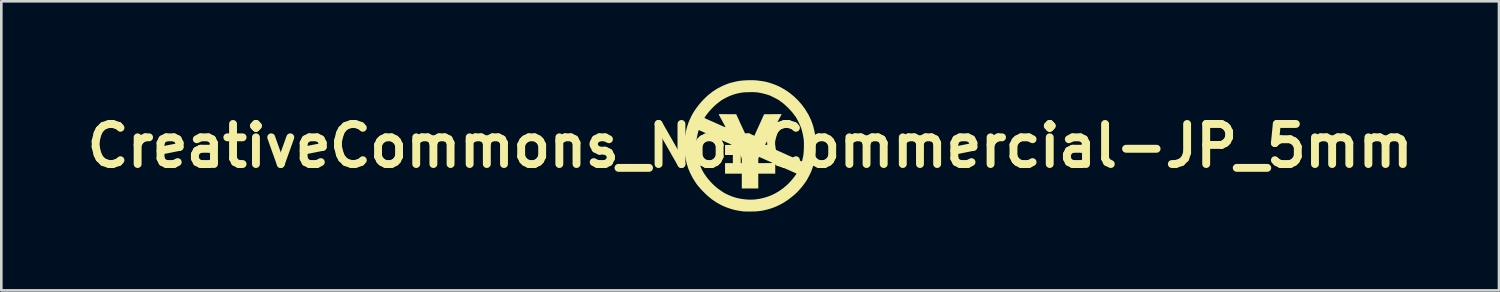
<source format=kicad_pcb>
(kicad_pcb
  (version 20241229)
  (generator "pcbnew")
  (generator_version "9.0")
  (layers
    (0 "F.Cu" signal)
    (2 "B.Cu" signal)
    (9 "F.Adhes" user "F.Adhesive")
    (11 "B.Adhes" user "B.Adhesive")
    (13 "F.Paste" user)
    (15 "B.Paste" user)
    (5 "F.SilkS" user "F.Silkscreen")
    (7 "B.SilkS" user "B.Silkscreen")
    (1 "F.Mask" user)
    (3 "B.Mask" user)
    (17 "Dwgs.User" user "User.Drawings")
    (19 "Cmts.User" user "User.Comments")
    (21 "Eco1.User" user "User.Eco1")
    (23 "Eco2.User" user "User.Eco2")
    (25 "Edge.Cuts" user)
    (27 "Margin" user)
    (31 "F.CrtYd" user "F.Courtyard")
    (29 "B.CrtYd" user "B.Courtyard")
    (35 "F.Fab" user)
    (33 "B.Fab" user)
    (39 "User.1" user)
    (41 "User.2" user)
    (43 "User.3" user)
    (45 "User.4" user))
  (footprint "CreativeCommons_NonCommercial-JP_5mm"
    (layer "F.Cu")
    (at 25.48 2.499)
    (property "Reference" "CreativeCommons_NonCommercial-JP_5mm" (at 0 0 0) (layer "F.SilkS") (effects (font (size 1.524 1.524) (thickness 0.3))))
    (attr board_only exclude_from_pos_files exclude_from_bom)
    (fp_poly (pts (xy 0.101 -2.499) (xy 0.166 -2.497) (xy 0.228 -2.492) (xy 0.294 -2.486) (xy 0.368 -2.476) (xy 0.427 -2.468) (xy 0.5 -2.456) (xy 0.565 -2.444) (xy 0.627 -2.431) (xy 0.691 -2.413) (xy 0.765 -2.391) (xy 0.795 -2.382) (xy 0.968 -2.32) (xy 1.135 -2.244) (xy 1.298 -2.153) (xy 1.459 -2.047) (xy 1.515 -2.005) (xy 1.677 -1.872) (xy 1.828 -1.725) (xy 1.967 -1.565) (xy 2.092 -1.394) (xy 2.203 -1.212) (xy 2.21 -1.201) (xy 2.229 -1.165) (xy 2.25 -1.122) (xy 2.272 -1.076) (xy 2.294 -1.03) (xy 2.314 -0.986) (xy 2.33 -0.949) (xy 2.341 -0.921) (xy 2.345 -0.906) (xy 2.345 -0.906) (xy 2.349 -0.893) (xy 2.357 -0.869) (xy 2.368 -0.839) (xy 2.382 -0.803) (xy 2.394 -0.766) (xy 2.4 -0.743) (xy 2.406 -0.717) (xy 2.415 -0.68) (xy 2.426 -0.637) (xy 2.431 -0.618) (xy 2.44 -0.577) (xy 2.451 -0.524) (xy 2.462 -0.465) (xy 2.472 -0.406) (xy 2.474 -0.391) (xy 2.481 -0.345) (xy 2.486 -0.302) (xy 2.49 -0.26) (xy 2.492 -0.215) (xy 2.494 -0.164) (xy 2.495 -0.103) (xy 2.495 -0.028) (xy 2.495 0.005) (xy 2.495 0.083) (xy 2.495 0.146) (xy 2.493 0.198) (xy 2.491 0.243) (xy 2.488 0.284) (xy 2.484 0.324) (xy 2.478 0.366) (xy 2.471 0.416) (xy 2.47 0.418) (xy 2.461 0.475) (xy 2.451 0.532) (xy 2.441 0.582) (xy 2.432 0.622) (xy 2.427 0.641) (xy 2.416 0.679) (xy 2.407 0.715) (xy 2.401 0.741) (xy 2.393 0.77) (xy 2.38 0.811) (xy 2.364 0.858) (xy 2.346 0.908) (xy 2.329 0.954) (xy 2.316 0.986) (xy 2.298 1.026) (xy 2.273 1.076) (xy 2.246 1.132) (xy 2.216 1.188) (xy 2.188 1.24) (xy 2.164 1.285) (xy 2.15 1.308) (xy 2.092 1.394) (xy 2.025 1.485) (xy 1.953 1.577) (xy 1.877 1.664) (xy 1.803 1.745) (xy 1.733 1.813) (xy 1.726 1.819) (xy 1.68 1.86) (xy 1.626 1.905) (xy 1.568 1.952) (xy 1.51 1.997) (xy 1.456 2.037) (xy 1.41 2.071) (xy 1.386 2.087) (xy 1.349 2.111) (xy 1.308 2.137) (xy 1.282 2.154) (xy 1.251 2.172) (xy 1.208 2.196) (xy 1.156 2.223) (xy 1.1 2.251) (xy 1.042 2.279) (xy 0.987 2.305) (xy 0.977 2.309) (xy 0.909 2.337) (xy 0.828 2.366) (xy 0.74 2.394) (xy 0.649 2.42) (xy 0.564 2.441) (xy 0.484 2.458) (xy 0.409 2.471) (xy 0.335 2.481) (xy 0.258 2.488) (xy 0.173 2.493) (xy 0.076 2.495) (xy 0.032 2.496) (xy -0.036 2.496) (xy -0.1 2.496) (xy -0.159 2.495) (xy -0.209 2.494) (xy -0.246 2.492) (xy -0.264 2.491) (xy -0.354 2.478) (xy -0.43 2.466) (xy -0.495 2.455) (xy -0.552 2.443) (xy -0.605 2.431) (xy -0.627 2.425) (xy -0.753 2.389) (xy -0.876 2.347) (xy -0.99 2.302) (xy -1.093 2.253) (xy -1.132 2.233) (xy -1.166 2.214) (xy -1.198 2.197) (xy -1.221 2.185) (xy -1.223 2.184) (xy -1.246 2.171) (xy -1.278 2.151) (xy -1.317 2.125) (xy -1.36 2.097) (xy -1.403 2.068) (xy -1.443 2.04) (xy -1.477 2.016) (xy -1.501 1.997) (xy -1.514 1.986) (xy -1.525 1.976) (xy -1.546 1.957) (xy -1.574 1.935) (xy -1.582 1.928) (xy -1.621 1.895) (xy -1.668 1.852) (xy -1.72 1.802) (xy -1.774 1.748) (xy -1.827 1.695) (xy -1.874 1.644) (xy -1.912 1.601) (xy -1.917 1.595) (xy -1.943 1.564) (xy -1.966 1.538) (xy -1.982 1.52) (xy -1.987 1.514) (xy -1.996 1.503) (xy -2.013 1.481) (xy -2.036 1.449) (xy -2.062 1.412) (xy -2.072 1.398) (xy -2.183 1.222) (xy -2.278 1.041) (xy -2.356 0.855) (xy -2.416 0.663) (xy -2.46 0.464) (xy -2.488 0.258) (xy -2.498 0.074) (xy -2.041 0.074) (xy -2.04 0.133) (xy -2.04 0.181) (xy -2.038 0.219) (xy -2.036 0.252) (xy -2.032 0.282) (xy -2.027 0.314) (xy -2.02 0.349) (xy -2.011 0.391) (xy -2.011 0.391) (xy -1.965 0.573) (xy -1.906 0.744) (xy -1.833 0.906) (xy -1.746 1.059) (xy -1.642 1.206) (xy -1.522 1.348) (xy -1.442 1.433) (xy -1.376 1.496) (xy -1.313 1.554) (xy -1.248 1.607) (xy -1.177 1.66) (xy -1.098 1.715) (xy -1.013 1.77) (xy -0.952 1.806) (xy -0.878 1.843) (xy -0.795 1.88) (xy -0.708 1.915) (xy -0.623 1.946) (xy -0.485 1.985) (xy -0.339 2.014) (xy -0.189 2.034) (xy -0.04 2.044) (xy 0.102 2.043) (xy 0.195 2.036) (xy 0.392 2.006) (xy 0.58 1.959) (xy 0.76 1.897) (xy 0.933 1.817) (xy 1.098 1.721) (xy 1.257 1.609) (xy 1.409 1.479) (xy 1.414 1.475) (xy 1.45 1.439) (xy 1.493 1.395) (xy 1.537 1.347) (xy 1.581 1.298) (xy 1.62 1.252) (xy 1.651 1.214) (xy 1.662 1.2) (xy 1.687 1.165) (xy 1.711 1.133) (xy 1.729 1.108) (xy 1.736 1.099) (xy 1.753 1.075) (xy 1.757 1.058) (xy 1.748 1.046) (xy 1.723 1.033) (xy 1.711 1.028) (xy 1.645 0.999) (xy 1.57 0.966) (xy 1.491 0.929) (xy 1.485 0.926) (xy 1.456 0.913) (xy 1.434 0.904) (xy 1.423 0.9) (xy 1.423 0.9) (xy 1.412 0.896) (xy 1.39 0.887) (xy 1.361 0.874) (xy 1.361 0.874) (xy 1.299 0.845) (xy 1.252 0.824) (xy 1.218 0.808) (xy 1.196 0.798) (xy 1.183 0.793) (xy 1.177 0.791) (xy 1.177 0.791) (xy 1.167 0.787) (xy 1.143 0.777) (xy 1.107 0.761) (xy 1.062 0.741) (xy 1.011 0.717) (xy 1.002 0.713) (xy 0.955 0.691) (xy 0.955 1.055) (xy 0.309 1.055) (xy 0.309 1.618) (xy -0.318 1.618) (xy -0.318 1.055) (xy -0.955 1.055) (xy -0.955 0.655) (xy -0.318 0.655) (xy 0.309 0.655) (xy 0.589 0.654) (xy 0.67 0.654) (xy 0.734 0.653) (xy 0.783 0.652) (xy 0.817 0.651) (xy 0.838 0.649) (xy 0.848 0.646) (xy 0.846 0.644) (xy 0.845 0.643) (xy 0.827 0.635) (xy 0.797 0.621) (xy 0.762 0.605) (xy 0.747 0.598) (xy 0.713 0.583) (xy 0.686 0.571) (xy 0.67 0.565) (xy 0.667 0.564) (xy 0.664 0.563) (xy 0.656 0.56) (xy 0.641 0.553) (xy 0.617 0.542) (xy 0.583 0.527) (xy 0.536 0.505) (xy 0.486 0.482) (xy 0.454 0.468) (xy 0.426 0.456) (xy 0.409 0.45) (xy 0.384 0.439) (xy 0.368 0.431) (xy 0.35 0.42) (xy 0.338 0.423) (xy 0.326 0.44) (xy 0.323 0.445) (xy 0.315 0.469) (xy 0.311 0.505) (xy 0.309 0.557) (xy 0.309 0.563) (xy 0.309 0.655) (xy -0.318 0.655) (xy -0.318 0.564) (xy -0.32 0.507) (xy -0.325 0.467) (xy -0.331 0.448) (xy -0.343 0.423) (xy -0.356 0.393) (xy -0.36 0.384) (xy -0.375 0.345) (xy -0.955 0.345) (xy -0.955 -0.036) (xy -0.825 -0.036) (xy -0.771 -0.037) (xy -0.735 -0.038) (xy -0.716 -0.041) (xy -0.713 -0.047) (xy -0.726 -0.056) (xy -0.754 -0.07) (xy -0.791 -0.086) (xy -0.829 -0.103) (xy -0.869 -0.12) (xy -0.895 -0.132) (xy -0.925 -0.145) (xy -0.965 -0.162) (xy -1.006 -0.18) (xy -1.018 -0.185) (xy -1.058 -0.203) (xy -1.095 -0.22) (xy -1.125 -0.233) (xy -1.132 -0.236) (xy -1.175 -0.256) (xy -1.226 -0.279) (xy -1.277 -0.302) (xy -1.313 -0.318) (xy -1.389 -0.351) (xy -1.481 -0.394) (xy -1.507 -0.406) (xy -1.538 -0.42) (xy -1.563 -0.431) (xy -1.577 -0.436) (xy -1.579 -0.436) (xy -1.589 -0.44) (xy -1.611 -0.449) (xy -1.631 -0.459) (xy -1.659 -0.472) (xy -1.698 -0.489) (xy -1.742 -0.509) (xy -1.773 -0.523) (xy -1.815 -0.542) (xy -1.856 -0.56) (xy -1.889 -0.575) (xy -1.907 -0.583) (xy -1.931 -0.593) (xy -1.949 -0.597) (xy -1.954 -0.596) (xy -1.96 -0.59) (xy -1.966 -0.577) (xy -1.973 -0.555) (xy -1.981 -0.523) (xy -1.992 -0.477) (xy -2.005 -0.417) (xy -2.011 -0.386) (xy -2.02 -0.345) (xy -2.027 -0.311) (xy -2.032 -0.28) (xy -2.035 -0.25) (xy -2.038 -0.216) (xy -2.039 -0.177) (xy -2.04 -0.128) (xy -2.041 -0.068) (xy -2.041 0) (xy -2.041 0.074) (xy -2.498 0.074) (xy -2.499 0.044) (xy -2.5 0) (xy -2.494 -0.185) (xy -2.477 -0.361) (xy -2.448 -0.531) (xy -2.406 -0.699) (xy -2.364 -0.832) (xy -2.346 -0.882) (xy -2.33 -0.925) (xy -2.314 -0.965) (xy -2.295 -1.007) (xy -2.271 -1.057) (xy -2.265 -1.07) (xy -1.736 -1.07) (xy -1.733 -1.064) (xy -1.721 -1.055) (xy -1.701 -1.043) (xy -1.669 -1.028) (xy -1.625 -1.008) (xy -1.567 -0.982) (xy -1.5 -0.953) (xy -1.466 -0.938) (xy -1.431 -0.923) (xy -1.423 -0.919) (xy -1.398 -0.907) (xy -1.362 -0.892) (xy -1.323 -0.874) (xy -1.309 -0.868) (xy -1.27 -0.851) (xy -1.232 -0.834) (xy -1.203 -0.821) (xy -1.195 -0.818) (xy -1.137 -0.791) (xy -1.082 -0.766) (xy -1.033 -0.745) (xy -0.993 -0.728) (xy -0.963 -0.716) (xy -0.947 -0.711) (xy -0.945 -0.711) (xy -0.943 -0.714) (xy -0.944 -0.72) (xy -0.949 -0.733) (xy -0.957 -0.752) (xy -0.971 -0.779) (xy -0.99 -0.816) (xy -1.016 -0.864) (xy -1.048 -0.924) (xy -1.089 -0.999) (xy -1.109 -1.036) (xy -1.132 -1.078) (xy -1.153 -1.118) (xy -1.17 -1.151) (xy -1.18 -1.171) (xy -1.198 -1.209) (xy -0.865 -1.207) (xy -0.532 -1.205) (xy -0.516 -1.173) (xy -0.501 -1.142) (xy -0.484 -1.105) (xy -0.465 -1.065) (xy -0.447 -1.025) (xy -0.43 -0.989) (xy -0.418 -0.961) (xy -0.41 -0.944) (xy -0.409 -0.94) (xy -0.408 -0.937) (xy -0.404 -0.927) (xy -0.396 -0.91) (xy -0.385 -0.885) (xy -0.368 -0.849) (xy -0.345 -0.801) (xy -0.316 -0.739) (xy -0.29 -0.684) (xy -0.242 -0.581) (xy -0.2 -0.49) (xy -0.181 -0.45) (xy -0.166 -0.416) (xy -0.153 -0.387) (xy -0.144 -0.368) (xy -0.143 -0.367) (xy -0.132 -0.356) (xy -0.108 -0.341) (xy -0.075 -0.322) (xy -0.036 -0.301) (xy 0.004 -0.282) (xy 0.042 -0.265) (xy 0.074 -0.253) (xy 0.078 -0.251) (xy 0.085 -0.249) (xy 0.092 -0.25) (xy 0.098 -0.256) (xy 0.107 -0.27) (xy 0.119 -0.293) (xy 0.135 -0.328) (xy 0.157 -0.377) (xy 0.161 -0.386) (xy 0.18 -0.429) (xy 0.203 -0.481) (xy 0.229 -0.538) (xy 0.256 -0.598) (xy 0.282 -0.656) (xy 0.306 -0.709) (xy 0.327 -0.755) (xy 0.343 -0.79) (xy 0.35 -0.805) (xy 0.366 -0.839) (xy 0.384 -0.879) (xy 0.396 -0.905) (xy 0.41 -0.936) (xy 0.428 -0.977) (xy 0.449 -1.024) (xy 0.465 -1.059) (xy 0.483 -1.1) (xy 0.5 -1.138) (xy 0.513 -1.166) (xy 0.521 -1.182) (xy 0.533 -1.205) (xy 1.2 -1.209) (xy 1.163 -1.139) (xy 1.14 -1.097) (xy 1.115 -1.05) (xy 1.089 -1.001) (xy 1.063 -0.954) (xy 1.04 -0.911) (xy 1.021 -0.875) (xy 1.006 -0.849) (xy 1 -0.836) (xy 0.992 -0.824) (xy 0.979 -0.798) (xy 0.959 -0.764) (xy 0.937 -0.723) (xy 0.927 -0.705) (xy 0.904 -0.662) (xy 0.883 -0.624) (xy 0.867 -0.594) (xy 0.857 -0.576) (xy 0.855 -0.573) (xy 0.848 -0.56) (xy 0.834 -0.535) (xy 0.815 -0.5) (xy 0.792 -0.457) (xy 0.776 -0.427) (xy 0.75 -0.379) (xy 0.725 -0.332) (xy 0.703 -0.292) (xy 0.686 -0.261) (xy 0.68 -0.25) (xy 0.662 -0.215) (xy 0.641 -0.175) (xy 0.629 -0.153) (xy 0.613 -0.123) (xy 0.597 -0.095) (xy 0.588 -0.081) (xy 0.578 -0.067) (xy 0.574 -0.056) (xy 0.576 -0.048) (xy 0.586 -0.043) (xy 0.607 -0.039) (xy 0.64 -0.037) (xy 0.688 -0.037) (xy 0.751 -0.036) (xy 0.764 -0.036) (xy 0.955 -0.036) (xy 0.955 0.054) (xy 0.955 0.095) (xy 0.956 0.122) (xy 0.959 0.138) (xy 0.964 0.146) (xy 0.973 0.15) (xy 0.975 0.151) (xy 0.994 0.158) (xy 1.023 0.17) (xy 1.05 0.182) (xy 1.085 0.197) (xy 1.128 0.216) (xy 1.172 0.236) (xy 1.182 0.24) (xy 1.223 0.258) (xy 1.264 0.277) (xy 1.297 0.292) (xy 1.305 0.295) (xy 1.401 0.34) (xy 1.485 0.377) (xy 1.527 0.395) (xy 1.562 0.41) (xy 1.606 0.429) (xy 1.652 0.45) (xy 1.677 0.461) (xy 1.721 0.481) (xy 1.764 0.5) (xy 1.802 0.517) (xy 1.818 0.524) (xy 1.856 0.542) (xy 1.895 0.56) (xy 1.914 0.568) (xy 1.94 0.58) (xy 1.959 0.588) (xy 1.965 0.59) (xy 1.97 0.583) (xy 1.977 0.563) (xy 1.98 0.552) (xy 2 0.471) (xy 2.015 0.396) (xy 2.027 0.324) (xy 2.034 0.25) (xy 2.04 0.168) (xy 2.043 0.074) (xy 2.043 0.047) (xy 2.045 -0.033) (xy 2.045 -0.098) (xy 2.043 -0.155) (xy 2.04 -0.206) (xy 2.035 -0.256) (xy 2.027 -0.309) (xy 2.016 -0.371) (xy 2.004 -0.436) (xy 1.981 -0.539) (xy 1.954 -0.635) (xy 1.919 -0.733) (xy 1.903 -0.773) (xy 1.886 -0.811) (xy 1.864 -0.857) (xy 1.84 -0.908) (xy 1.814 -0.959) (xy 1.788 -1.008) (xy 1.765 -1.05) (xy 1.746 -1.083) (xy 1.735 -1.1) (xy 1.723 -1.116) (xy 1.703 -1.143) (xy 1.677 -1.177) (xy 1.651 -1.214) (xy 1.612 -1.264) (xy 1.561 -1.322) (xy 1.503 -1.385) (xy 1.44 -1.449) (xy 1.376 -1.512) (xy 1.313 -1.569) (xy 1.256 -1.618) (xy 1.214 -1.651) (xy 1.176 -1.679) (xy 1.141 -1.704) (xy 1.113 -1.725) (xy 1.097 -1.737) (xy 1.079 -1.749) (xy 1.048 -1.766) (xy 1.007 -1.788) (xy 0.96 -1.813) (xy 0.91 -1.839) (xy 0.86 -1.864) (xy 0.813 -1.886) (xy 0.774 -1.905) (xy 0.744 -1.918) (xy 0.736 -1.92) (xy 0.669 -1.943) (xy 0.592 -1.966) (xy 0.514 -1.987) (xy 0.443 -2.004) (xy 0.423 -2.008) (xy 0.361 -2.021) (xy 0.307 -2.03) (xy 0.255 -2.037) (xy 0.202 -2.041) (xy 0.144 -2.044) (xy 0.078 -2.044) (xy -0.001 -2.044) (xy -0.048 -2.043) (xy -0.125 -2.041) (xy -0.187 -2.039) (xy -0.237 -2.036) (xy -0.278 -2.033) (xy -0.313 -2.028) (xy -0.346 -2.023) (xy -0.368 -2.018) (xy -0.412 -2.009) (xy -0.454 -2) (xy -0.488 -1.993) (xy -0.5 -1.991) (xy -0.533 -1.983) (xy -0.579 -1.97) (xy -0.631 -1.953) (xy -0.684 -1.935) (xy -0.735 -1.916) (xy -0.777 -1.899) (xy -0.786 -1.896) (xy -0.841 -1.87) (xy -0.898 -1.842) (xy -0.955 -1.813) (xy -1.009 -1.784) (xy -1.055 -1.757) (xy -1.091 -1.735) (xy -1.108 -1.722) (xy -1.121 -1.713) (xy -1.145 -1.694) (xy -1.177 -1.671) (xy -1.214 -1.643) (xy -1.218 -1.64) (xy -1.293 -1.58) (xy -1.372 -1.508) (xy -1.453 -1.427) (xy -1.532 -1.341) (xy -1.606 -1.253) (xy -1.639 -1.21) (xy -1.671 -1.168) (xy -1.698 -1.13) (xy -1.719 -1.099) (xy -1.732 -1.078) (xy -1.736 -1.07) (xy -2.265 -1.07) (xy -2.248 -1.105) (xy -2.227 -1.147) (xy -2.21 -1.181) (xy -2.194 -1.21) (xy -2.177 -1.239) (xy -2.157 -1.271) (xy -2.131 -1.313) (xy -2.11 -1.345) (xy -2.044 -1.442) (xy -1.967 -1.543) (xy -1.884 -1.643) (xy -1.797 -1.739) (xy -1.708 -1.829) (xy -1.622 -1.909) (xy -1.55 -1.969) (xy -1.516 -1.995) (xy -1.488 -2.017) (xy -1.467 -2.034) (xy -1.459 -2.042) (xy -1.448 -2.05) (xy -1.425 -2.066) (xy -1.394 -2.086) (xy -1.373 -2.1) (xy -1.34 -2.121) (xy -1.313 -2.139) (xy -1.295 -2.151) (xy -1.291 -2.155) (xy -1.28 -2.162) (xy -1.256 -2.176) (xy -1.222 -2.194) (xy -1.181 -2.216) (xy -1.136 -2.239) (xy -1.09 -2.262) (xy -1.046 -2.283) (xy -1.008 -2.3) (xy -0.982 -2.312) (xy -0.913 -2.34) (xy -0.85 -2.364) (xy -0.797 -2.383) (xy -0.756 -2.396) (xy -0.736 -2.401) (xy -0.714 -2.406) (xy -0.679 -2.415) (xy -0.638 -2.425) (xy -0.618 -2.43) (xy -0.509 -2.455) (xy -0.395 -2.474) (xy -0.272 -2.488) (xy -0.137 -2.496) (xy -0.056 -2.498) (xy 0.029 -2.499)) (stroke (width 0) (type solid)) (fill yes) (layer "F.SilkS")))
  (gr_rect
    (start -3 -3)
    (end 53.96 7.995)
    (stroke (width 0.1) (type default))
    (fill no)
    (layer "Edge.Cuts")))
</source>
